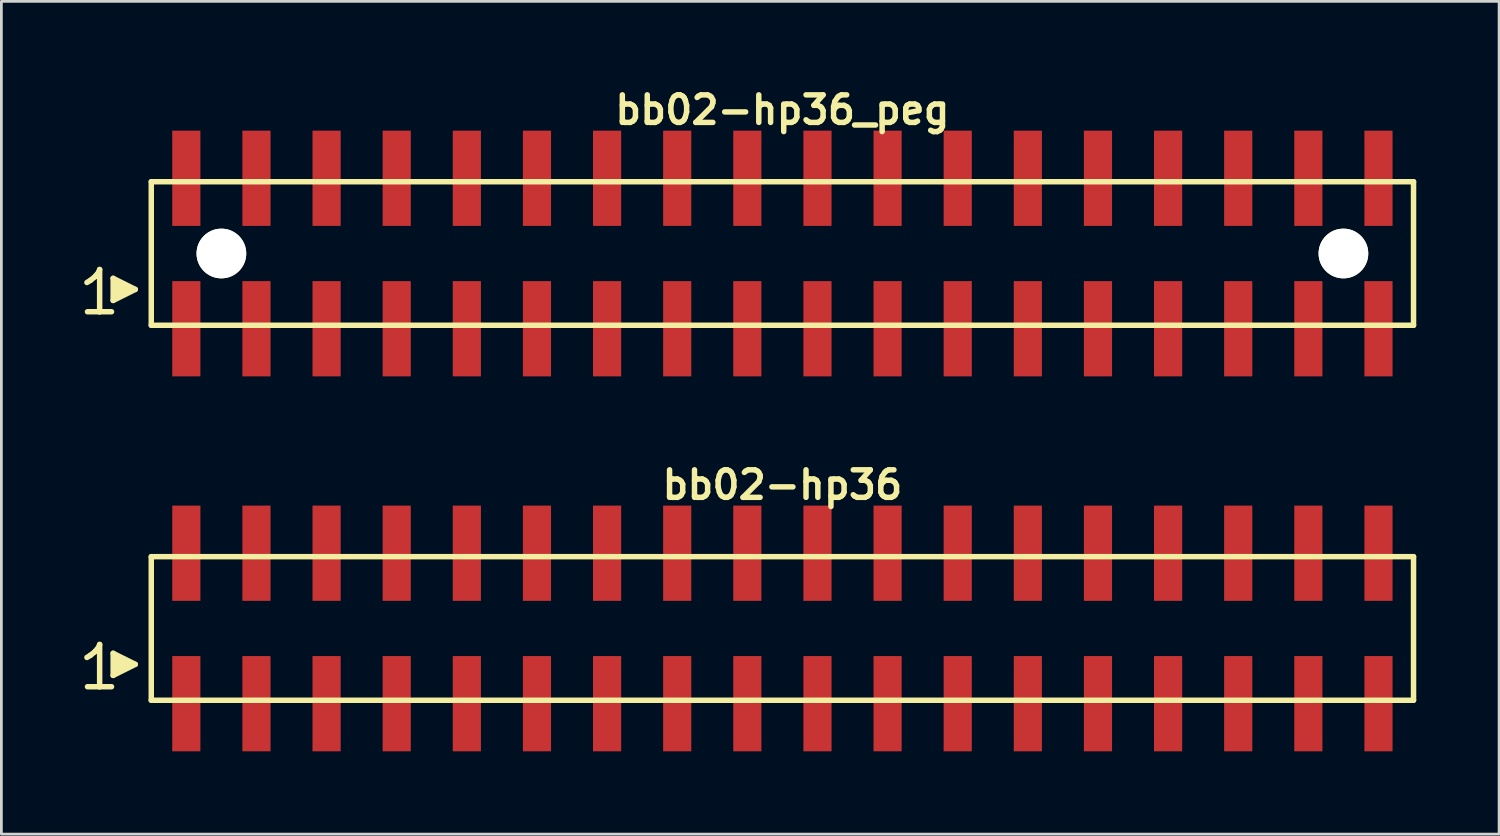
<source format=kicad_pcb>
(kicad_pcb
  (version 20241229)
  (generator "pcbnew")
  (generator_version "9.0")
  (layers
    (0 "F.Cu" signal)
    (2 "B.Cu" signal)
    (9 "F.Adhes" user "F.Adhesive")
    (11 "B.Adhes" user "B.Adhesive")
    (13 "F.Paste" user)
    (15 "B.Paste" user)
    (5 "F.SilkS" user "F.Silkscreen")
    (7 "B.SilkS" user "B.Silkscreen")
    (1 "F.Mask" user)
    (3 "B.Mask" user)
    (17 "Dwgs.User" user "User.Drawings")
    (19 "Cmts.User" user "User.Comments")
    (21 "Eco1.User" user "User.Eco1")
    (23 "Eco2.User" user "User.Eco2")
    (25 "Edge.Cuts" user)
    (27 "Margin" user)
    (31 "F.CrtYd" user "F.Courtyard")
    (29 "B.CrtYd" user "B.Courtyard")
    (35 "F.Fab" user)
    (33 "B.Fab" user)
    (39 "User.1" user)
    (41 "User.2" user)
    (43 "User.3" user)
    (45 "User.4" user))
  (footprint "bb02-hp36"
    (layer "F.Cu")
    (at 25.289 19.713)
    (property "Reference" "bb02-hp36" (at 0 -5.2 0) (layer "F.SilkS") (effects (font (size 0.998 0.998) (thickness 0.198))))
    (attr through_hole)
    (fp_line (start -25.19 1.05) (end -25.06 0.97) (stroke (width 0.198) (type solid)) (layer "F.SilkS"))
    (fp_line (start -25.06 0.97) (end -24.9 0.84) (stroke (width 0.198) (type solid)) (layer "F.SilkS"))
    (fp_line (start -24.9 0.84) (end -24.76 0.67) (stroke (width 0.198) (type solid)) (layer "F.SilkS"))
    (fp_line (start -24.76 0.67) (end -24.73 0.58) (stroke (width 0.198) (type solid)) (layer "F.SilkS"))
    (fp_line (start -24.73 0.58) (end -24.73 2.11) (stroke (width 0.198) (type solid)) (layer "F.SilkS"))
    (fp_line (start -24.73 2.11) (end -25.17 2.11) (stroke (width 0.198) (type solid)) (layer "F.SilkS"))
    (fp_line (start -24.3 2.11) (end -24.74 2.11) (stroke (width 0.198) (type solid)) (layer "F.SilkS"))
    (fp_line (start -24.24 0.9) (end -23.44 1.3) (stroke (width 0.198) (type solid)) (layer "F.SilkS"))
    (fp_line (start -24.24 1.7) (end -24.24 0.9) (stroke (width 0.198) (type solid)) (layer "F.SilkS"))
    (fp_line (start -24.14 1.6) (end -24.14 1) (stroke (width 0.198) (type solid)) (layer "F.SilkS"))
    (fp_line (start -24.04 1.1) (end -24.04 1.5) (stroke (width 0.198) (type solid)) (layer "F.SilkS"))
    (fp_line (start -23.94 1.5) (end -23.94 1.1) (stroke (width 0.198) (type solid)) (layer "F.SilkS"))
    (fp_line (start -23.84 1.2) (end -23.84 1.4) (stroke (width 0.198) (type solid)) (layer "F.SilkS"))
    (fp_line (start -23.74 1.4) (end -23.74 1.2) (stroke (width 0.198) (type solid)) (layer "F.SilkS"))
    (fp_line (start -23.44 1.3) (end -24.24 1.7) (stroke (width 0.198) (type solid)) (layer "F.SilkS"))
    (fp_line (start -22.86 -2.6) (end -22.86 2.6) (stroke (width 0.198) (type solid)) (layer "F.SilkS"))
    (fp_line (start -22.86 -2.6) (end 22.86 -2.6) (stroke (width 0.198) (type solid)) (layer "F.SilkS"))
    (fp_line (start 22.86 2.6) (end -22.86 2.6) (stroke (width 0.198) (type solid)) (layer "F.SilkS"))
    (fp_line (start 22.86 2.6) (end 22.86 -2.6) (stroke (width 0.198) (type solid)) (layer "F.SilkS"))
    (pad "1" smd rect (at -21.59 2.725) (size 1.02 3.45) (layers "F.Cu" "F.Mask" "F.Paste"))
    (pad "2" smd rect (at -21.59 -2.725) (size 1.02 3.45) (layers "F.Cu" "F.Mask" "F.Paste"))
    (pad "3" smd rect (at -19.05 2.725) (size 1.02 3.45) (layers "F.Cu" "F.Mask" "F.Paste"))
    (pad "4" smd rect (at -19.05 -2.725) (size 1.02 3.45) (layers "F.Cu" "F.Mask" "F.Paste"))
    (pad "5" smd rect (at -16.51 2.725) (size 1.02 3.45) (layers "F.Cu" "F.Mask" "F.Paste"))
    (pad "6" smd rect (at -16.51 -2.725) (size 1.02 3.45) (layers "F.Cu" "F.Mask" "F.Paste"))
    (pad "7" smd rect (at -13.97 2.725) (size 1.02 3.45) (layers "F.Cu" "F.Mask" "F.Paste"))
    (pad "8" smd rect (at -13.97 -2.725) (size 1.02 3.45) (layers "F.Cu" "F.Mask" "F.Paste"))
    (pad "9" smd rect (at -11.43 2.725) (size 1.02 3.45) (layers "F.Cu" "F.Mask" "F.Paste"))
    (pad "10" smd rect (at -11.43 -2.725) (size 1.02 3.45) (layers "F.Cu" "F.Mask" "F.Paste"))
    (pad "11" smd rect (at -8.89 2.725) (size 1.02 3.45) (layers "F.Cu" "F.Mask" "F.Paste"))
    (pad "12" smd rect (at -8.89 -2.725) (size 1.02 3.45) (layers "F.Cu" "F.Mask" "F.Paste"))
    (pad "13" smd rect (at -6.35 2.725) (size 1.02 3.45) (layers "F.Cu" "F.Mask" "F.Paste"))
    (pad "14" smd rect (at -6.35 -2.725) (size 1.02 3.45) (layers "F.Cu" "F.Mask" "F.Paste"))
    (pad "15" smd rect (at -3.81 2.725) (size 1.02 3.45) (layers "F.Cu" "F.Mask" "F.Paste"))
    (pad "16" smd rect (at -3.81 -2.725) (size 1.02 3.45) (layers "F.Cu" "F.Mask" "F.Paste"))
    (pad "17" smd rect (at -1.27 2.725) (size 1.02 3.45) (layers "F.Cu" "F.Mask" "F.Paste"))
    (pad "18" smd rect (at -1.27 -2.725) (size 1.02 3.45) (layers "F.Cu" "F.Mask" "F.Paste"))
    (pad "19" smd rect (at 1.27 2.725) (size 1.02 3.45) (layers "F.Cu" "F.Mask" "F.Paste"))
    (pad "20" smd rect (at 1.27 -2.725) (size 1.02 3.45) (layers "F.Cu" "F.Mask" "F.Paste"))
    (pad "21" smd rect (at 3.81 2.725) (size 1.02 3.45) (layers "F.Cu" "F.Mask" "F.Paste"))
    (pad "22" smd rect (at 3.81 -2.725) (size 1.02 3.45) (layers "F.Cu" "F.Mask" "F.Paste"))
    (pad "23" smd rect (at 6.35 2.725) (size 1.02 3.45) (layers "F.Cu" "F.Mask" "F.Paste"))
    (pad "24" smd rect (at 6.35 -2.725) (size 1.02 3.45) (layers "F.Cu" "F.Mask" "F.Paste"))
    (pad "25" smd rect (at 8.89 2.725) (size 1.02 3.45) (layers "F.Cu" "F.Mask" "F.Paste"))
    (pad "26" smd rect (at 8.89 -2.725) (size 1.02 3.45) (layers "F.Cu" "F.Mask" "F.Paste"))
    (pad "27" smd rect (at 11.43 2.725) (size 1.02 3.45) (layers "F.Cu" "F.Mask" "F.Paste"))
    (pad "28" smd rect (at 11.43 -2.725) (size 1.02 3.45) (layers "F.Cu" "F.Mask" "F.Paste"))
    (pad "29" smd rect (at 13.97 2.725) (size 1.02 3.45) (layers "F.Cu" "F.Mask" "F.Paste"))
    (pad "30" smd rect (at 13.97 -2.725) (size 1.02 3.45) (layers "F.Cu" "F.Mask" "F.Paste"))
    (pad "31" smd rect (at 16.51 2.725) (size 1.02 3.45) (layers "F.Cu" "F.Mask" "F.Paste"))
    (pad "32" smd rect (at 16.51 -2.725) (size 1.02 3.45) (layers "F.Cu" "F.Mask" "F.Paste"))
    (pad "33" smd rect (at 19.05 2.725) (size 1.02 3.45) (layers "F.Cu" "F.Mask" "F.Paste"))
    (pad "34" smd rect (at 19.05 -2.725) (size 1.02 3.45) (layers "F.Cu" "F.Mask" "F.Paste"))
    (pad "35" smd rect (at 21.59 2.725) (size 1.02 3.45) (layers "F.Cu" "F.Mask" "F.Paste"))
    (pad "36" smd rect (at 21.59 -2.725) (size 1.02 3.45) (layers "F.Cu" "F.Mask" "F.Paste")))
  (footprint "bb02-hp36_peg"
    (layer "F.Cu")
    (at 25.289 6.132)
    (property "Reference" "bb02-hp36_peg" (at 0 -5.2 0) (layer "F.SilkS") (effects (font (size 0.998 0.998) (thickness 0.198))))
    (attr through_hole)
    (fp_line (start -25.19 1.05) (end -25.06 0.97) (stroke (width 0.198) (type solid)) (layer "F.SilkS"))
    (fp_line (start -25.06 0.97) (end -24.9 0.84) (stroke (width 0.198) (type solid)) (layer "F.SilkS"))
    (fp_line (start -24.9 0.84) (end -24.76 0.67) (stroke (width 0.198) (type solid)) (layer "F.SilkS"))
    (fp_line (start -24.76 0.67) (end -24.73 0.58) (stroke (width 0.198) (type solid)) (layer "F.SilkS"))
    (fp_line (start -24.73 0.58) (end -24.73 2.11) (stroke (width 0.198) (type solid)) (layer "F.SilkS"))
    (fp_line (start -24.73 2.11) (end -25.17 2.11) (stroke (width 0.198) (type solid)) (layer "F.SilkS"))
    (fp_line (start -24.3 2.11) (end -24.74 2.11) (stroke (width 0.198) (type solid)) (layer "F.SilkS"))
    (fp_line (start -24.24 0.9) (end -23.44 1.3) (stroke (width 0.198) (type solid)) (layer "F.SilkS"))
    (fp_line (start -24.24 1.7) (end -24.24 0.9) (stroke (width 0.198) (type solid)) (layer "F.SilkS"))
    (fp_line (start -24.14 1.6) (end -24.14 1) (stroke (width 0.198) (type solid)) (layer "F.SilkS"))
    (fp_line (start -24.04 1.1) (end -24.04 1.5) (stroke (width 0.198) (type solid)) (layer "F.SilkS"))
    (fp_line (start -23.94 1.5) (end -23.94 1.1) (stroke (width 0.198) (type solid)) (layer "F.SilkS"))
    (fp_line (start -23.84 1.2) (end -23.84 1.4) (stroke (width 0.198) (type solid)) (layer "F.SilkS"))
    (fp_line (start -23.74 1.4) (end -23.74 1.2) (stroke (width 0.198) (type solid)) (layer "F.SilkS"))
    (fp_line (start -23.44 1.3) (end -24.24 1.7) (stroke (width 0.198) (type solid)) (layer "F.SilkS"))
    (fp_line (start -22.86 -2.6) (end -22.86 2.6) (stroke (width 0.198) (type solid)) (layer "F.SilkS"))
    (fp_line (start -22.86 -2.6) (end 22.86 -2.6) (stroke (width 0.198) (type solid)) (layer "F.SilkS"))
    (fp_line (start 22.86 2.6) (end -22.86 2.6) (stroke (width 0.198) (type solid)) (layer "F.SilkS"))
    (fp_line (start 22.86 2.6) (end 22.86 -2.6) (stroke (width 0.198) (type solid)) (layer "F.SilkS"))
    (pad "" np_thru_hole circle (at -20.32 0) (size 1.8 1.8) (drill 1.8) (layers "*.Cu" "*.Mask" "F.SilkS"))
    (pad "" np_thru_hole circle (at 20.32 0) (size 1.8 1.8) (drill 1.8) (layers "*.Cu" "*.Mask" "F.SilkS"))
    (pad "1" smd rect (at -21.59 2.725) (size 1.02 3.45) (layers "F.Cu" "F.Mask" "F.Paste"))
    (pad "2" smd rect (at -21.59 -2.725) (size 1.02 3.45) (layers "F.Cu" "F.Mask" "F.Paste"))
    (pad "3" smd rect (at -19.05 2.725) (size 1.02 3.45) (layers "F.Cu" "F.Mask" "F.Paste"))
    (pad "4" smd rect (at -19.05 -2.725) (size 1.02 3.45) (layers "F.Cu" "F.Mask" "F.Paste"))
    (pad "5" smd rect (at -16.51 2.725) (size 1.02 3.45) (layers "F.Cu" "F.Mask" "F.Paste"))
    (pad "6" smd rect (at -16.51 -2.725) (size 1.02 3.45) (layers "F.Cu" "F.Mask" "F.Paste"))
    (pad "7" smd rect (at -13.97 2.725) (size 1.02 3.45) (layers "F.Cu" "F.Mask" "F.Paste"))
    (pad "8" smd rect (at -13.97 -2.725) (size 1.02 3.45) (layers "F.Cu" "F.Mask" "F.Paste"))
    (pad "9" smd rect (at -11.43 2.725) (size 1.02 3.45) (layers "F.Cu" "F.Mask" "F.Paste"))
    (pad "10" smd rect (at -11.43 -2.725) (size 1.02 3.45) (layers "F.Cu" "F.Mask" "F.Paste"))
    (pad "11" smd rect (at -8.89 2.725) (size 1.02 3.45) (layers "F.Cu" "F.Mask" "F.Paste"))
    (pad "12" smd rect (at -8.89 -2.725) (size 1.02 3.45) (layers "F.Cu" "F.Mask" "F.Paste"))
    (pad "13" smd rect (at -6.35 2.725) (size 1.02 3.45) (layers "F.Cu" "F.Mask" "F.Paste"))
    (pad "14" smd rect (at -6.35 -2.725) (size 1.02 3.45) (layers "F.Cu" "F.Mask" "F.Paste"))
    (pad "15" smd rect (at -3.81 2.725) (size 1.02 3.45) (layers "F.Cu" "F.Mask" "F.Paste"))
    (pad "16" smd rect (at -3.81 -2.725) (size 1.02 3.45) (layers "F.Cu" "F.Mask" "F.Paste"))
    (pad "17" smd rect (at -1.27 2.725) (size 1.02 3.45) (layers "F.Cu" "F.Mask" "F.Paste"))
    (pad "18" smd rect (at -1.27 -2.725) (size 1.02 3.45) (layers "F.Cu" "F.Mask" "F.Paste"))
    (pad "19" smd rect (at 1.27 2.725) (size 1.02 3.45) (layers "F.Cu" "F.Mask" "F.Paste"))
    (pad "20" smd rect (at 1.27 -2.725) (size 1.02 3.45) (layers "F.Cu" "F.Mask" "F.Paste"))
    (pad "21" smd rect (at 3.81 2.725) (size 1.02 3.45) (layers "F.Cu" "F.Mask" "F.Paste"))
    (pad "22" smd rect (at 3.81 -2.725) (size 1.02 3.45) (layers "F.Cu" "F.Mask" "F.Paste"))
    (pad "23" smd rect (at 6.35 2.725) (size 1.02 3.45) (layers "F.Cu" "F.Mask" "F.Paste"))
    (pad "24" smd rect (at 6.35 -2.725) (size 1.02 3.45) (layers "F.Cu" "F.Mask" "F.Paste"))
    (pad "25" smd rect (at 8.89 2.725) (size 1.02 3.45) (layers "F.Cu" "F.Mask" "F.Paste"))
    (pad "26" smd rect (at 8.89 -2.725) (size 1.02 3.45) (layers "F.Cu" "F.Mask" "F.Paste"))
    (pad "27" smd rect (at 11.43 2.725) (size 1.02 3.45) (layers "F.Cu" "F.Mask" "F.Paste"))
    (pad "28" smd rect (at 11.43 -2.725) (size 1.02 3.45) (layers "F.Cu" "F.Mask" "F.Paste"))
    (pad "29" smd rect (at 13.97 2.725) (size 1.02 3.45) (layers "F.Cu" "F.Mask" "F.Paste"))
    (pad "30" smd rect (at 13.97 -2.725) (size 1.02 3.45) (layers "F.Cu" "F.Mask" "F.Paste"))
    (pad "31" smd rect (at 16.51 2.725) (size 1.02 3.45) (layers "F.Cu" "F.Mask" "F.Paste"))
    (pad "32" smd rect (at 16.51 -2.725) (size 1.02 3.45) (layers "F.Cu" "F.Mask" "F.Paste"))
    (pad "33" smd rect (at 19.05 2.725) (size 1.02 3.45) (layers "F.Cu" "F.Mask" "F.Paste"))
    (pad "34" smd rect (at 19.05 -2.725) (size 1.02 3.45) (layers "F.Cu" "F.Mask" "F.Paste"))
    (pad "35" smd rect (at 21.59 2.725) (size 1.02 3.45) (layers "F.Cu" "F.Mask" "F.Paste"))
    (pad "36" smd rect (at 21.59 -2.725) (size 1.02 3.45) (layers "F.Cu" "F.Mask" "F.Paste")))
  (gr_rect
    (start -3 -3)
    (end 51.248 27.163)
    (stroke (width 0.1) (type default))
    (fill no)
    (layer "Edge.Cuts")))
</source>
